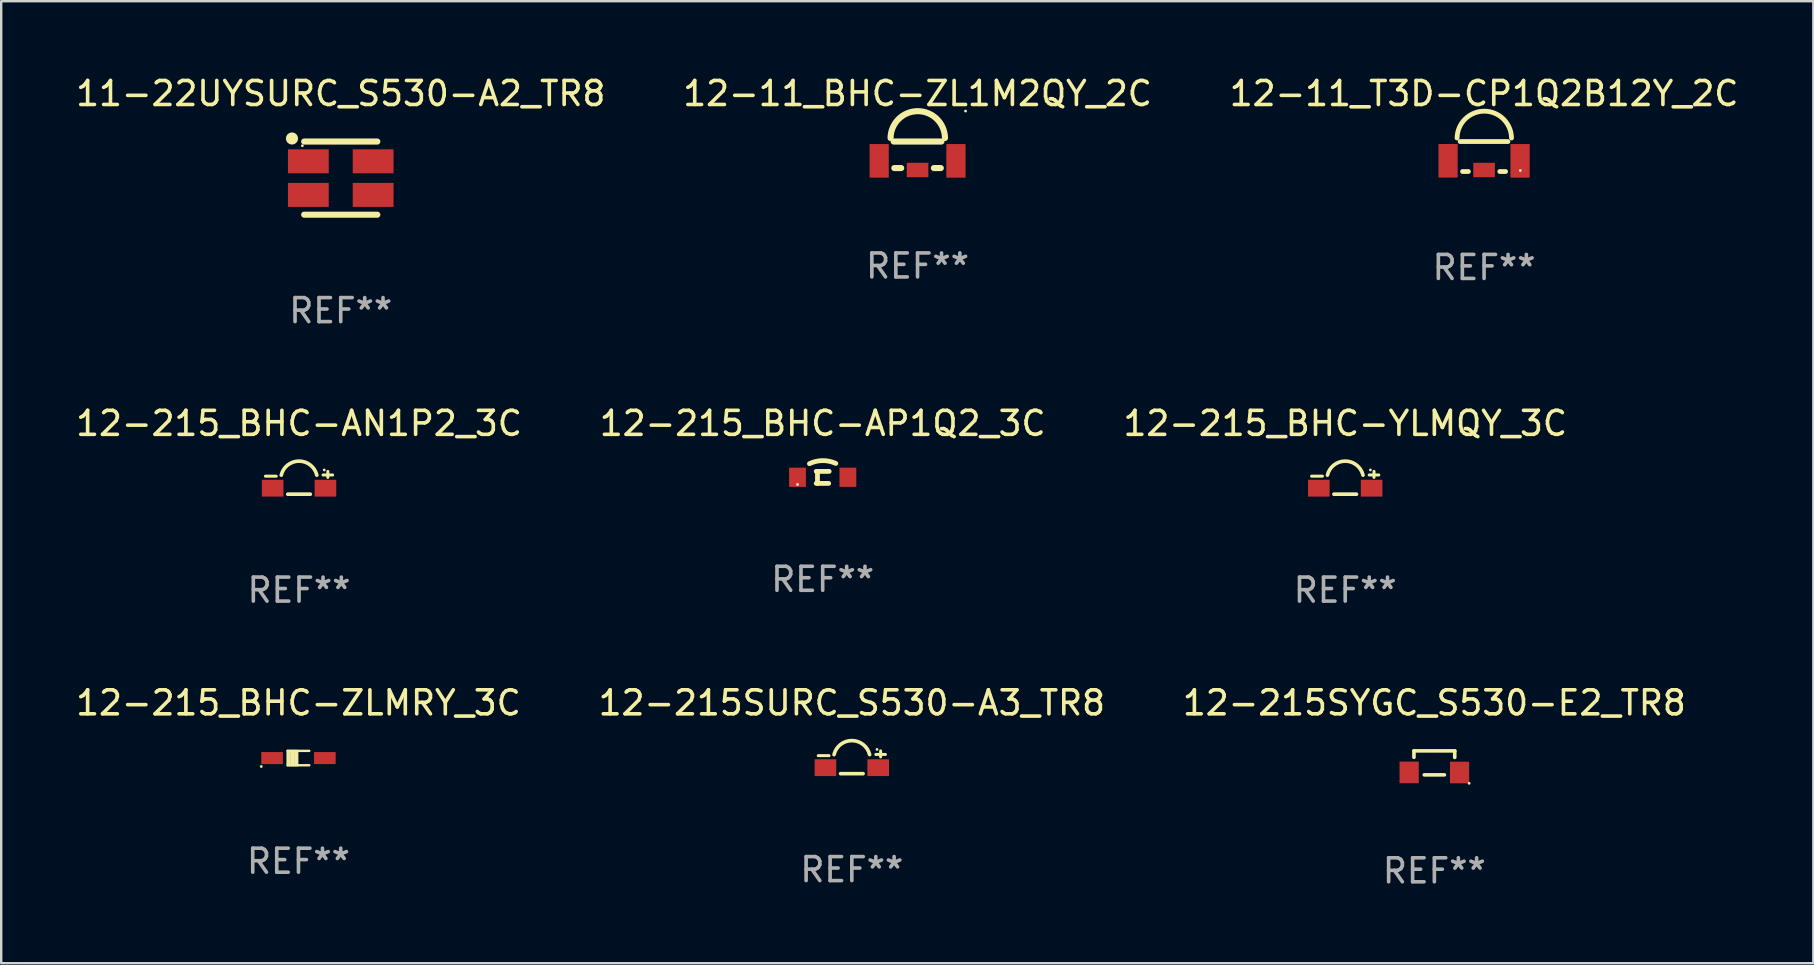
<source format=kicad_pcb>
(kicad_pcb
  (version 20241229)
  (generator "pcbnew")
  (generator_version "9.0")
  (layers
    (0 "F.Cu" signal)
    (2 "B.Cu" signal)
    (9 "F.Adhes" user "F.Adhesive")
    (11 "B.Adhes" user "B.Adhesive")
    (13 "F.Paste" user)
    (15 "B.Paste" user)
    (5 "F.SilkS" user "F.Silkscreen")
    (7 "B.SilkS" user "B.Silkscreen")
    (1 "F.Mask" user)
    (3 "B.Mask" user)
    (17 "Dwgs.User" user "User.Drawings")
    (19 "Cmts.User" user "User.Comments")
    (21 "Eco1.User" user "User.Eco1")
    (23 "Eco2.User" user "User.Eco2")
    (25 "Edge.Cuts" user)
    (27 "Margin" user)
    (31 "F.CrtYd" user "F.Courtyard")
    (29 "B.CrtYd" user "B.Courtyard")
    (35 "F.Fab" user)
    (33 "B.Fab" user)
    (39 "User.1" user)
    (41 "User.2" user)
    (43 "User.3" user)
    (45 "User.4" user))
  (footprint "12-215SYGC_S530-E2_TR8"
    (layer "F.Cu")
    (at 56.72 28.739)
    (property "Reference" "12-215SYGC_S530-E2_TR8" (at 0 -2.5 0) (layer "F.SilkS") (effects (font (size 1 1) (thickness 0.15))))
    (attr through_hole)
    (fp_line (start -0.85 -0.5) (end -0.85 -0.231) (stroke (width 0.15) (type solid)) (layer "F.SilkS"))
    (fp_line (start -0.85 -0.5) (end 0.85 -0.5) (stroke (width 0.15) (type solid)) (layer "F.SilkS"))
    (fp_line (start -0.419 0.5) (end 0.419 0.5) (stroke (width 0.15) (type solid)) (layer "F.SilkS"))
    (fp_line (start 0.85 -0.5) (end 0.85 -0.227) (stroke (width 0.15) (type solid)) (layer "F.SilkS"))
    (fp_circle (center 1.45 0.852) (end 1.48 0.852) (stroke (width 0.06) (type solid)) (fill no) (layer "F.SilkS"))
    (fp_text user "REF**" (at 0 4.5 0) (layer "F.Fab") (effects (font (size 1 1) (thickness 0.15))))
    (pad "1" smd rect (at 1.05 0.402 90) (size 0.9 0.8) (layers "F.Cu" "F.Mask" "F.Paste"))
    (pad "2" smd rect (at -1.05 0.398 90) (size 0.9 0.8) (layers "F.Cu" "F.Mask" "F.Paste")))
  (footprint "12-215_BHC-YLMQY_3C"
    (layer "F.Cu")
    (at 53.006 17.068)
    (property "Reference" "12-215_BHC-YLMQY_3C" (at 0 -2.475 0) (layer "F.SilkS") (effects (font (size 1 1) (thickness 0.15))))
    (attr through_hole)
    (fp_line (start -1.4 -0.275) (end -0.95 -0.275) (stroke (width 0.125) (type solid)) (layer "F.SilkS"))
    (fp_line (start -0.47 0.475) (end 0.47 0.475) (stroke (width 0.152) (type solid)) (layer "F.SilkS"))
    (fp_line (start 1 -0.325) (end 1.4 -0.325) (stroke (width 0.125) (type solid)) (layer "F.SilkS"))
    (fp_line (start 1.2 -0.475) (end 1.2 -0.225) (stroke (width 0.125) (type solid)) (layer "F.SilkS"))
    (fp_arc (start -0.74125 -0.318618) (mid 0.000025 -0.902982) (end 0.7413 -0.318618) (stroke (width 0.151994) (type solid)) (layer "F.SilkS"))
    (fp_circle (center 1.05 -0.535) (end 1.08 -0.535) (stroke (width 0.06) (type solid)) (fill no) (layer "F.SilkS"))
    (fp_text user "REF**" (at 0 4.475 0) (layer "F.Fab") (effects (font (size 1 1) (thickness 0.15))))
    (pad "1" smd rect (at 1.1 0.225) (size 0.9 0.7) (layers "F.Cu" "F.Mask" "F.Paste"))
    (pad "2" smd rect (at -1.1 0.225) (size 0.9 0.7) (layers "F.Cu" "F.Mask" "F.Paste")))
  (footprint "12-11_BHC-ZL1M2QY_2C"
    (layer "F.Cu")
    (at 35.185 3.441)
    (property "Reference" "12-11_BHC-ZL1M2QY_2C" (at 0 -2.593 0) (layer "F.SilkS") (effects (font (size 1 1) (thickness 0.15))))
    (attr through_hole)
    (fp_line (start -0.994 -0.593) (end 0.994 -0.593) (stroke (width 0.254) (type solid)) (layer "F.SilkS"))
    (fp_line (start -0.681 0.512) (end -0.969 0.512) (stroke (width 0.254) (type solid)) (layer "F.SilkS"))
    (fp_line (start 0.969 0.512) (end 0.681 0.512) (stroke (width 0.254) (type solid)) (layer "F.SilkS"))
    (fp_arc (start -1.12502 -0.738671) (mid 0.007846 -1.863218) (end 1.143002 -0.740983) (stroke (width 0.254001) (type solid)) (layer "F.SilkS"))
    (fp_circle (center 2 -1.863) (end 2.03 -1.863) (stroke (width 0.06) (type solid)) (fill no) (layer "F.SilkS"))
    (fp_text user "REF**" (at 0 4.593 0) (layer "F.Fab") (effects (font (size 1 1) (thickness 0.15))))
    (pad "1" smd rect (at 1.6 0.212) (size 0.8 1.4) (layers "F.Cu" "F.Mask" "F.Paste"))
    (pad "2" smd rect (at -1.6 0.212) (size 0.8 1.4) (layers "F.Cu" "F.Mask" "F.Paste"))
    (pad "3" smd rect (at 0 0.593 90) (size 0.6 0.9) (layers "F.Cu" "F.Mask" "F.Paste")))
  (footprint "12-215SURC_S530-A3_TR8"
    (layer "F.Cu")
    (at 32.446 28.714)
    (property "Reference" "12-215SURC_S530-A3_TR8" (at 0 -2.475 0) (layer "F.SilkS") (effects (font (size 1 1) (thickness 0.15))))
    (attr through_hole)
    (fp_line (start -1.4 -0.275) (end -0.95 -0.275) (stroke (width 0.125) (type solid)) (layer "F.SilkS"))
    (fp_line (start -0.47 0.475) (end 0.47 0.475) (stroke (width 0.152) (type solid)) (layer "F.SilkS"))
    (fp_line (start 1 -0.325) (end 1.4 -0.325) (stroke (width 0.125) (type solid)) (layer "F.SilkS"))
    (fp_line (start 1.2 -0.475) (end 1.2 -0.225) (stroke (width 0.125) (type solid)) (layer "F.SilkS"))
    (fp_arc (start -0.74125 -0.318618) (mid 0.000025 -0.902982) (end 0.7413 -0.318618) (stroke (width 0.151994) (type solid)) (layer "F.SilkS"))
    (fp_circle (center 1.05 -0.535) (end 1.08 -0.535) (stroke (width 0.06) (type solid)) (fill no) (layer "F.SilkS"))
    (fp_text user "REF**" (at 0 4.475 0) (layer "F.Fab") (effects (font (size 1 1) (thickness 0.15))))
    (pad "1" smd rect (at 1.1 0.225) (size 0.9 0.7) (layers "F.Cu" "F.Mask" "F.Paste"))
    (pad "2" smd rect (at -1.1 0.225) (size 0.9 0.7) (layers "F.Cu" "F.Mask" "F.Paste")))
  (footprint "12-215_BHC-AP1Q2_3C"
    (layer "F.Cu")
    (at 31.232 16.843)
    (property "Reference" "12-215_BHC-AP1Q2_3C" (at 0 -2.25 0) (layer "F.SilkS") (effects (font (size 1 1) (thickness 0.15))))
    (attr through_hole)
    (fp_line (start -0.269 -0.25) (end 0.269 -0.25) (stroke (width 0.2) (type solid)) (layer "F.SilkS"))
    (fp_line (start -0.269 0.25) (end 0.25 0.25) (stroke (width 0.2) (type solid)) (layer "F.SilkS"))
    (fp_line (start -0.217 -0.25) (end -0.217 0.25) (stroke (width 0.2) (type solid)) (layer "F.SilkS"))
    (fp_arc (start -0.552223 -0.57065) (mid -0.004732 -0.699117) (end 0.545364 -0.58231) (stroke (width 0.2) (type solid)) (layer "F.SilkS"))
    (fp_circle (center -1.05 0.295) (end -1.02 0.295) (stroke (width 0.06) (type solid)) (fill no) (layer "F.SilkS"))
    (fp_text user "REF**" (at 0 4.25 0) (layer "F.Fab") (effects (font (size 1 1) (thickness 0.15))))
    (pad "1" smd rect (at -1.05 -0.005 180) (size 0.7 0.8) (layers "F.Cu" "F.Mask" "F.Paste"))
    (pad "2" smd rect (at 1.05 -0.005 180) (size 0.7 0.8) (layers "F.Cu" "F.Mask" "F.Paste")))
  (footprint "12-215_BHC-ZLMRY_3C"
    (layer "F.Cu")
    (at 9.387 28.539)
    (property "Reference" "12-215_BHC-ZLMRY_3C" (at 0 -2.3 0) (layer "F.SilkS") (effects (font (size 1 1) (thickness 0.15))))
    (attr through_hole)
    (fp_line (start -0.45 -0.3) (end -0.45 0.3) (stroke (width 0.102) (type solid)) (layer "F.SilkS"))
    (fp_line (start -0.45 -0.3) (end 0.45 -0.3) (stroke (width 0.102) (type solid)) (layer "F.SilkS"))
    (fp_line (start -0.45 0.3) (end 0.45 0.3) (stroke (width 0.102) (type solid)) (layer "F.SilkS"))
    (fp_line (start -0.379 -0.3) (end -0.379 0.3) (stroke (width 0.102) (type solid)) (layer "F.SilkS"))
    (fp_line (start -0.294 -0.3) (end -0.294 0.3) (stroke (width 0.102) (type solid)) (layer "F.SilkS"))
    (fp_line (start -0.22 -0.3) (end -0.22 0.3) (stroke (width 0.102) (type solid)) (layer "F.SilkS"))
    (fp_line (start -0.132 -0.3) (end -0.132 0.3) (stroke (width 0.102) (type solid)) (layer "F.SilkS"))
    (fp_line (start -0.054 -0.3) (end -0.054 0.3) (stroke (width 0.102) (type solid)) (layer "F.SilkS"))
    (fp_circle (center -1.55 0.351) (end -1.52 0.351) (stroke (width 0.06) (type solid)) (fill no) (layer "F.SilkS"))
    (fp_text user "REF**" (at 0 4.3 0) (layer "F.Fab") (effects (font (size 1 1) (thickness 0.15))))
    (pad "1" smd rect (at -1.1 0 90) (size 0.5 0.9) (layers "F.Cu" "F.Mask" "F.Paste"))
    (pad "2" smd rect (at 1.1 0 90) (size 0.5 0.9) (layers "F.Cu" "F.Mask" "F.Paste")))
  (footprint "12-215_BHC-AN1P2_3C"
    (layer "F.Cu")
    (at 9.411 17.068)
    (property "Reference" "12-215_BHC-AN1P2_3C" (at 0 -2.475 0) (layer "F.SilkS") (effects (font (size 1 1) (thickness 0.15))))
    (attr through_hole)
    (fp_line (start -1.4 -0.275) (end -0.95 -0.275) (stroke (width 0.125) (type solid)) (layer "F.SilkS"))
    (fp_line (start -0.47 0.475) (end 0.47 0.475) (stroke (width 0.152) (type solid)) (layer "F.SilkS"))
    (fp_line (start 1 -0.325) (end 1.4 -0.325) (stroke (width 0.125) (type solid)) (layer "F.SilkS"))
    (fp_line (start 1.2 -0.475) (end 1.2 -0.225) (stroke (width 0.125) (type solid)) (layer "F.SilkS"))
    (fp_arc (start -0.74125 -0.318618) (mid 0.000025 -0.902982) (end 0.7413 -0.318618) (stroke (width 0.151994) (type solid)) (layer "F.SilkS"))
    (fp_circle (center 1.05 -0.535) (end 1.08 -0.535) (stroke (width 0.06) (type solid)) (fill no) (layer "F.SilkS"))
    (fp_text user "REF**" (at 0 4.475 0) (layer "F.Fab") (effects (font (size 1 1) (thickness 0.15))))
    (pad "1" smd rect (at 1.1 0.225) (size 0.9 0.7) (layers "F.Cu" "F.Mask" "F.Paste"))
    (pad "2" smd rect (at -1.1 0.225) (size 0.9 0.7) (layers "F.Cu" "F.Mask" "F.Paste")))
  (footprint "12-11_T3D-CP1Q2B12Y_2C"
    (layer "F.Cu")
    (at 58.792 3.473)
    (property "Reference" "12-11_T3D-CP1Q2B12Y_2C" (at 0 -2.624 0) (layer "F.SilkS") (effects (font (size 1 1) (thickness 0.15))))
    (attr through_hole)
    (fp_line (start -0.994 -0.624) (end 0.994 -0.624) (stroke (width 0.2) (type solid)) (layer "F.SilkS"))
    (fp_line (start -0.896 0.624) (end -0.654 0.624) (stroke (width 0.2) (type solid)) (layer "F.SilkS"))
    (fp_line (start 0.654 0.624) (end 0.896 0.624) (stroke (width 0.2) (type solid)) (layer "F.SilkS"))
    (fp_arc (start -1.12502 -0.770421) (mid 0.007846 -1.894968) (end 1.143002 -0.772733) (stroke (width 0.2) (type solid)) (layer "F.SilkS"))
    (fp_circle (center 1.51 0.581) (end 1.54 0.581) (stroke (width 0.06) (type solid)) (fill no) (layer "F.SilkS"))
    (fp_text user "REF**" (at 0 4.624 0) (layer "F.Fab") (effects (font (size 1 1) (thickness 0.15))))
    (pad "1" smd rect (at 1.5 0.18) (size 0.8 1.4) (layers "F.Cu" "F.Mask" "F.Paste"))
    (pad "2" smd rect (at -1.5 0.177) (size 0.8 1.4) (layers "F.Cu" "F.Mask" "F.Paste"))
    (pad "3" smd rect (at 0 0.561 90) (size 0.6 0.9) (layers "F.Cu" "F.Mask" "F.Paste")))
  (footprint "11-22UYSURC_S530-A2_TR8"
    (layer "F.Cu")
    (at 11.149 4.372)
    (property "Reference" "11-22UYSURC_S530-A2_TR8" (at 0 -3.524 0) (layer "F.SilkS") (effects (font (size 1 1) (thickness 0.15))))
    (attr through_hole)
    (fp_line (start -1.524 -1.524) (end 1.524 -1.524) (stroke (width 0.254) (type solid)) (layer "F.SilkS"))
    (fp_line (start -1.524 1.524) (end 1.524 1.524) (stroke (width 0.254) (type solid)) (layer "F.SilkS"))
    (fp_circle (center -2.032 -1.651) (end -1.905 -1.651) (stroke (width 0.254) (type solid)) (fill no) (layer "F.SilkS"))
    (fp_circle (center -1.6 -1.35) (end -1.57 -1.35) (stroke (width 0.06) (type solid)) (fill no) (layer "F.SilkS"))
    (fp_text user "REF**" (at 0 5.524 0) (layer "F.Fab") (effects (font (size 1 1) (thickness 0.15))))
    (pad "1" smd rect (at -1.35 -0.7) (size 1.7 1) (layers "F.Cu" "F.Mask" "F.Paste"))
    (pad "2" smd rect (at 1.35 -0.7) (size 1.7 1) (layers "F.Cu" "F.Mask" "F.Paste"))
    (pad "3" smd rect (at -1.35 0.7) (size 1.7 1) (layers "F.Cu" "F.Mask" "F.Paste"))
    (pad "4" smd rect (at 1.35 0.7) (size 1.7 1) (layers "F.Cu" "F.Mask" "F.Paste")))
  (gr_rect
    (start -3 -3)
    (end 72.512 37.088)
    (stroke (width 0.1) (type default))
    (fill no)
    (layer "Edge.Cuts")))
</source>
